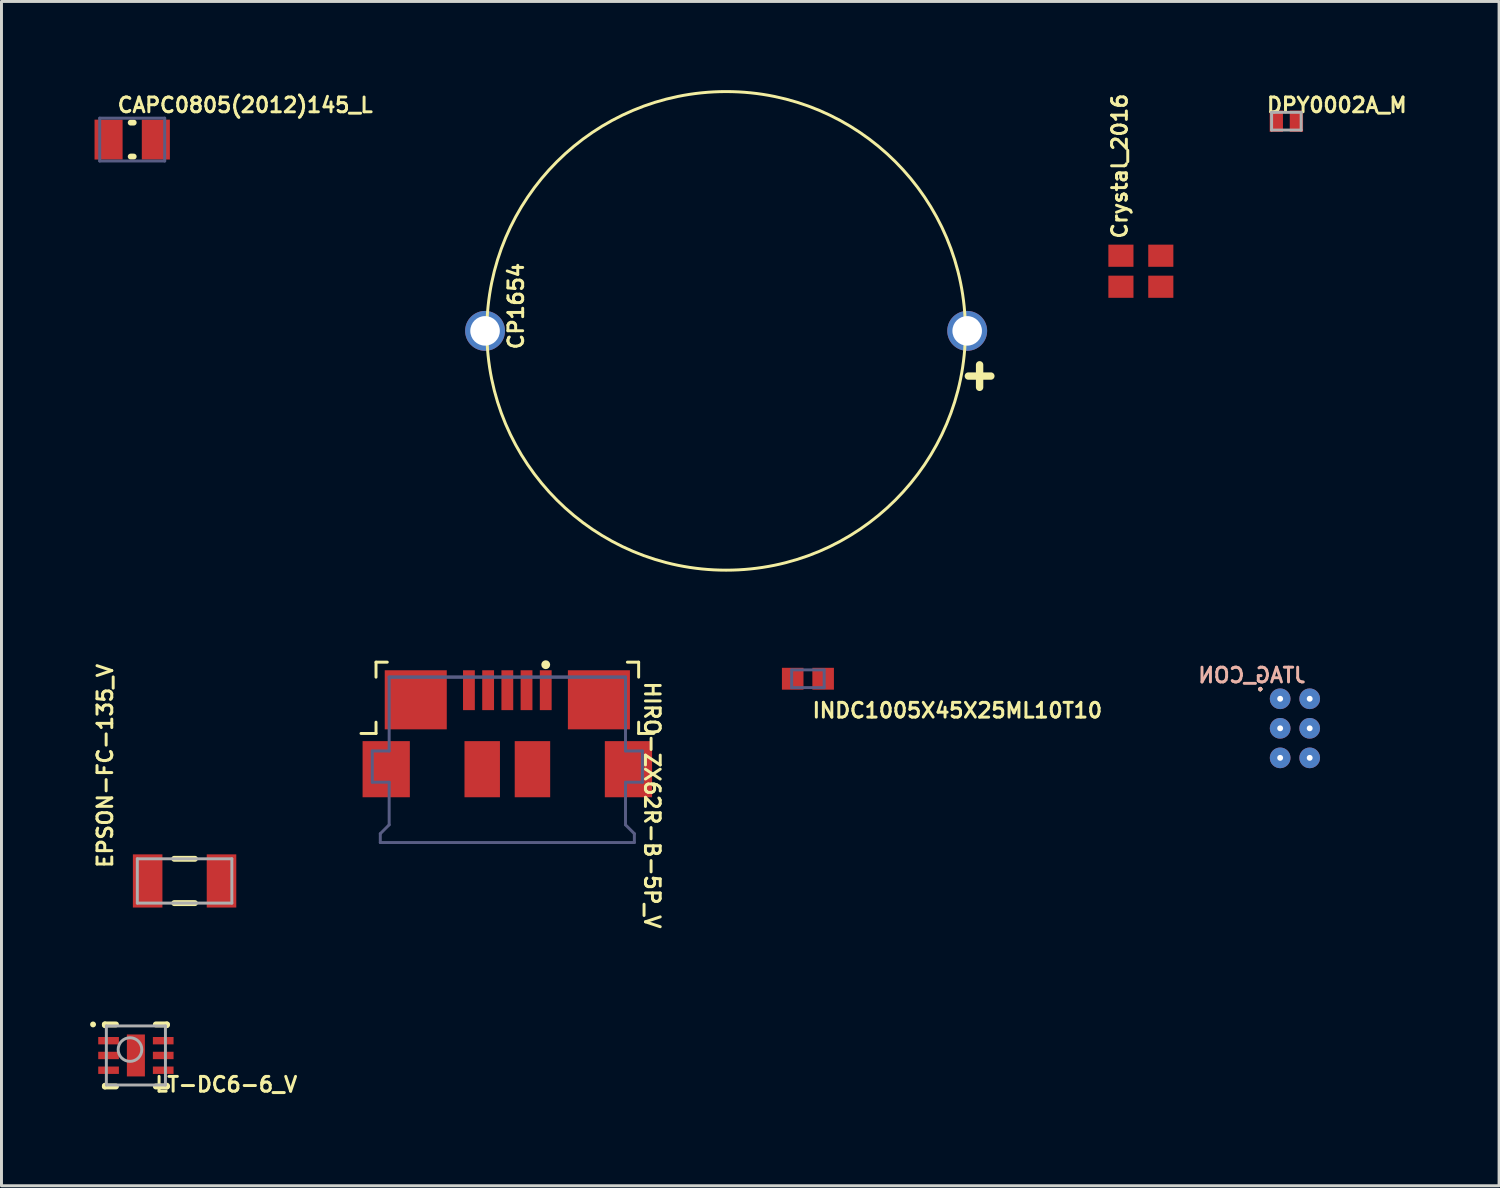
<source format=kicad_pcb>
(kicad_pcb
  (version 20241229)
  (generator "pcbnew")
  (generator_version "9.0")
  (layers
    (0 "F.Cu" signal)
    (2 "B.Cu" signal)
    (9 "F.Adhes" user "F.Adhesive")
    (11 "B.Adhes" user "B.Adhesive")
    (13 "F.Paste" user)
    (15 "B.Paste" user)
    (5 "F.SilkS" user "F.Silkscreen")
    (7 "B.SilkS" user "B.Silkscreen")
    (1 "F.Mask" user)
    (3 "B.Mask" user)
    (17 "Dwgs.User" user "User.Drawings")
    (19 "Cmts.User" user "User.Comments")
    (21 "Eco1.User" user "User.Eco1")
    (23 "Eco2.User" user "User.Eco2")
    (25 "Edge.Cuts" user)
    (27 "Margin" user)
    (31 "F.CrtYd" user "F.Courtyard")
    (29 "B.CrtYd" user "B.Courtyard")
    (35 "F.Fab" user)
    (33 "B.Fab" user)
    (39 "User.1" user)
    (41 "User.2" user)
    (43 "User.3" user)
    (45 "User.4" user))
  (footprint "LT-DC6-6_V"
    (layer "F.Cu")
    (at 1.55 32.677)
    (property "Reference" "LT-DC6-6_V" (at 0.6 1.275 0) (unlocked yes) (layer "F.SilkS") (effects (font (size 0.5 0.5) (thickness 0.1)) (justify left bottom)))
    (fp_line (start -1.05 -1.05) (end -1.05 -1.025) (stroke (width 0.2) (type solid)) (layer "F.SilkS"))
    (fp_line (start -1.05 -1.05) (end -0.675 -1.05) (stroke (width 0.2) (type solid)) (layer "F.SilkS"))
    (fp_line (start -1.05 1.025) (end -1.05 1.05) (stroke (width 0.2) (type solid)) (layer "F.SilkS"))
    (fp_line (start -1.05 1.05) (end -0.675 1.05) (stroke (width 0.2) (type solid)) (layer "F.SilkS"))
    (fp_line (start 0.675 -1.05) (end 1.05 -1.05) (stroke (width 0.2) (type solid)) (layer "F.SilkS"))
    (fp_line (start 0.675 1.05) (end 1.05 1.05) (stroke (width 0.2) (type solid)) (layer "F.SilkS"))
    (fp_line (start 1.05 -1.05) (end 1.05 -1.025) (stroke (width 0.2) (type solid)) (layer "F.SilkS"))
    (fp_line (start 1.05 1.025) (end 1.05 1.05) (stroke (width 0.2) (type solid)) (layer "F.SilkS"))
    (fp_circle (center -1.45 -1.05) (end -1.45 -1) (stroke (width 0.1) (type solid)) (fill no) (layer "F.SilkS"))
    (fp_line (start -1.375 -1.15) (end -1.375 1.15) (stroke (width 0.05) (type solid)) (layer "Eco1.User"))
    (fp_line (start -1.375 -1.15) (end 1.375 -1.15) (stroke (width 0.05) (type solid)) (layer "Eco1.User"))
    (fp_line (start -1.375 1.15) (end 1.375 1.15) (stroke (width 0.05) (type solid)) (layer "Eco1.User"))
    (fp_line (start -0.5 0) (end 0.5 0) (stroke (width 0.1) (type solid)) (layer "Eco1.User"))
    (fp_line (start 0 -0.5) (end 0 0.5) (stroke (width 0.1) (type solid)) (layer "Eco1.User"))
    (fp_line (start 1.375 -1.15) (end 1.375 1.15) (stroke (width 0.05) (type solid)) (layer "Eco1.User"))
    (fp_line (start -1 -1) (end -1 1) (stroke (width 0.1) (type solid)) (layer "F.Fab"))
    (fp_line (start -1 -1) (end 1 -1) (stroke (width 0.1) (type solid)) (layer "F.Fab"))
    (fp_line (start -1 1) (end 1 1) (stroke (width 0.1) (type solid)) (layer "F.Fab"))
    (fp_line (start 1 -1) (end 1 1) (stroke (width 0.1) (type solid)) (layer "F.Fab"))
    (fp_circle (center -0.2 -0.2) (end -0.2 0.2) (stroke (width 0.1) (type solid)) (fill no) (layer "F.Fab"))
    (pad "1" smd rect (at -0.925 -0.5 270) (size 0.25 0.7) (layers "F.Cu" "F.Mask" "F.Paste"))
    (pad "2" smd rect (at -0.925 0 270) (size 0.25 0.7) (layers "F.Cu" "F.Mask" "F.Paste"))
    (pad "3" smd rect (at -0.925 0.5 270) (size 0.25 0.7) (layers "F.Cu" "F.Mask" "F.Paste"))
    (pad "4" smd rect (at 0.925 0.5 270) (size 0.25 0.7) (layers "F.Cu" "F.Mask" "F.Paste"))
    (pad "5" smd rect (at 0.925 0 270) (size 0.25 0.7) (layers "F.Cu" "F.Mask" "F.Paste"))
    (pad "6" smd rect (at 0.925 -0.5 270) (size 0.25 0.7) (layers "F.Cu" "F.Mask" "F.Paste"))
    (pad "7" smd rect (at 0 0 270) (size 1.42 0.61) (layers "F.Cu" "F.Mask" "F.Paste")))
  (footprint "Crystal_2016"
    (layer "F.Cu")
    (at 35.568 6.131)
    (property "Reference" "Crystal_2016" (at -0.425 -1.05 90) (unlocked yes) (layer "F.SilkS") (effects (font (size 0.5 0.5) (thickness 0.1)) (justify left bottom)))
    (pad "1" smd rect (at -0.675 0.525) (size 0.85 0.75) (layers "F.Cu" "F.Mask" "F.Paste"))
    (pad "2" smd rect (at 0.675 0.525) (size 0.85 0.75) (layers "F.Cu" "F.Mask" "F.Paste"))
    (pad "3" smd rect (at 0.675 -0.525) (size 0.85 0.75) (layers "F.Cu" "F.Mask" "F.Paste"))
    (pad "4" smd rect (at -0.675 -0.525) (size 0.85 0.75) (layers "F.Cu" "F.Mask" "F.Paste")))
  (footprint "EPSON-FC-135_V"
    (layer "F.Cu")
    (at 3.198 26.77)
    (property "Reference" "EPSON-FC-135_V" (at -2.398 -0.389 90) (unlocked yes) (layer "F.SilkS") (effects (font (size 0.5 0.5) (thickness 0.1)) (justify left bottom)))
    (fp_line (start -0.35 -0.75) (end 0.35 -0.75) (stroke (width 0.2) (type solid)) (layer "F.SilkS"))
    (fp_line (start -0.35 0.75) (end 0.35 0.75) (stroke (width 0.2) (type solid)) (layer "F.SilkS"))
    (fp_line (start -1.85 -1) (end 1.85 -1) (stroke (width 0.05) (type solid)) (layer "Eco1.User"))
    (fp_line (start -1.85 1) (end -1.85 -1) (stroke (width 0.05) (type solid)) (layer "Eco1.User"))
    (fp_line (start -1.85 1) (end 1.85 1) (stroke (width 0.05) (type solid)) (layer "Eco1.User"))
    (fp_line (start -0.5 0) (end 0.5 0) (stroke (width 0.1) (type solid)) (layer "Eco1.User"))
    (fp_line (start 0 0.5) (end 0 -0.5) (stroke (width 0.1) (type solid)) (layer "Eco1.User"))
    (fp_line (start 1.85 1) (end 1.85 -1) (stroke (width 0.05) (type solid)) (layer "Eco1.User"))
    (fp_line (start -1.6 -0.75) (end 1.6 -0.75) (stroke (width 0.1) (type solid)) (layer "F.Fab"))
    (fp_line (start -1.6 0.75) (end -1.6 -0.75) (stroke (width 0.1) (type solid)) (layer "F.Fab"))
    (fp_line (start -1.6 0.75) (end 1.6 0.75) (stroke (width 0.1) (type solid)) (layer "F.Fab"))
    (fp_line (start 1.6 0.75) (end 1.6 -0.75) (stroke (width 0.1) (type solid)) (layer "F.Fab"))
    (pad "1" smd rect (at -1.25 0 180) (size 1 1.8) (layers "F.Cu" "F.Mask" "F.Paste"))
    (pad "2" smd rect (at 1.25 0 180) (size 1 1.8) (layers "F.Cu" "F.Mask" "F.Paste")))
  (footprint "CAPC0805(2012)145_L"
    (layer "F.Cu")
    (at 1.425 1.675)
    (property "Reference" "CAPC0805(2012)145_L" (at -0.55 -0.875 0) (unlocked yes) (layer "F.SilkS") (effects (font (size 0.5 0.5) (thickness 0.1)) (justify left bottom)))
    (fp_line (start 0.05 -0.575) (end -0.05 -0.575) (stroke (width 0.2) (type solid)) (layer "F.SilkS"))
    (fp_line (start 0.05 0.575) (end -0.05 0.575) (stroke (width 0.2) (type solid)) (layer "F.SilkS"))
    (fp_line (start -1.4 0.8) (end -1.4 -0.8) (stroke (width 0.05) (type solid)) (layer "Eco1.User"))
    (fp_line (start 0 0.5) (end 0 -0.5) (stroke (width 0.1) (type solid)) (layer "Eco1.User"))
    (fp_line (start 0.5 0) (end -0.5 0) (stroke (width 0.1) (type solid)) (layer "Eco1.User"))
    (fp_line (start 1.4 -0.8) (end -1.4 -0.8) (stroke (width 0.05) (type solid)) (layer "Eco1.User"))
    (fp_line (start 1.4 0.8) (end -1.4 0.8) (stroke (width 0.05) (type solid)) (layer "Eco1.User"))
    (fp_line (start 1.4 0.8) (end 1.4 -0.8) (stroke (width 0.05) (type solid)) (layer "Eco1.User"))
    (fp_line (start -1.1 0.725) (end -1.1 -0.725) (stroke (width 0.1) (type solid)) (layer "B.Fab"))
    (fp_line (start 1.1 -0.725) (end -1.1 -0.725) (stroke (width 0.1) (type solid)) (layer "B.Fab"))
    (fp_line (start 1.1 0.725) (end -1.1 0.725) (stroke (width 0.1) (type solid)) (layer "B.Fab"))
    (fp_line (start 1.1 0.725) (end 1.1 -0.725) (stroke (width 0.1) (type solid)) (layer "B.Fab"))
    (pad "1" smd rect (at -0.8 0 90) (size 1.35 0.95) (layers "F.Cu" "F.Mask" "F.Paste"))
    (pad "2" smd rect (at 0.8 0 90) (size 1.35 0.95) (layers "F.Cu" "F.Mask" "F.Paste")))
  (footprint "DPY0002A_M"
    (layer "F.Cu")
    (at 40.493 1.053)
    (property "Reference" "DPY0002A_M" (at -0.714 -0.253 0) (unlocked yes) (layer "F.SilkS") (effects (font (size 0.5 0.5) (thickness 0.1)) (justify left bottom)))
    (fp_line (start -0.8 -0.6) (end -0.8 0.6) (stroke (width 0.05) (type solid)) (layer "Eco1.User"))
    (fp_line (start -0.8 -0.6) (end 0.8 -0.6) (stroke (width 0.05) (type solid)) (layer "Eco1.User"))
    (fp_line (start -0.8 0.6) (end 0.8 0.6) (stroke (width 0.05) (type solid)) (layer "Eco1.User"))
    (fp_line (start -0.3 0) (end 0.3 0) (stroke (width 0.05) (type solid)) (layer "Eco1.User"))
    (fp_line (start 0 -0.3) (end 0 0.3) (stroke (width 0.05) (type solid)) (layer "Eco1.User"))
    (fp_line (start 0.8 -0.6) (end 0.8 0.6) (stroke (width 0.05) (type solid)) (layer "Eco1.User"))
    (fp_line (start -0.5 -0.3) (end -0.5 0.3) (stroke (width 0.1) (type solid)) (layer "F.Fab"))
    (fp_line (start -0.5 -0.3) (end 0.5 -0.3) (stroke (width 0.1) (type solid)) (layer "F.Fab"))
    (fp_line (start -0.5 0.3) (end 0.5 0.3) (stroke (width 0.1) (type solid)) (layer "F.Fab"))
    (fp_line (start 0.5 -0.3) (end 0.5 0.3) (stroke (width 0.1) (type solid)) (layer "F.Fab"))
    (pad "1" smd rect (at -0.34 0 270) (size 0.72 0.45) (layers "F.Cu" "F.Mask" "F.Paste"))
    (pad "2" smd rect (at 0.34 0 270) (size 0.72 0.45) (layers "F.Cu" "F.Mask" "F.Paste")))
  (footprint "INDC1005X45X25ML10T10"
    (layer "F.Cu")
    (at 24.298 19.925)
    (property "Reference" "INDC1005X45X25ML10T10" (at 0.1 1.365 0) (unlocked yes) (layer "F.SilkS") (effects (font (size 0.5 0.5) (thickness 0.1)) (justify left bottom)))
    (fp_line (start -1.1 -0.6) (end 1.1 -0.6) (stroke (width 0.05) (type solid)) (layer "Eco1.User"))
    (fp_line (start -1.1 0.6) (end -1.1 -0.6) (stroke (width 0.05) (type solid)) (layer "Eco1.User"))
    (fp_line (start -1.1 0.6) (end 1.1 0.6) (stroke (width 0.05) (type solid)) (layer "Eco1.User"))
    (fp_line (start -0.3 0) (end 0.3 0) (stroke (width 0.1) (type solid)) (layer "Eco1.User"))
    (fp_line (start 0 0.3) (end 0 -0.3) (stroke (width 0.1) (type solid)) (layer "Eco1.User"))
    (fp_line (start 1.1 0.6) (end 1.1 -0.6) (stroke (width 0.05) (type solid)) (layer "Eco1.User"))
    (fp_line (start -0.55 -0.3) (end 0.55 -0.3) (stroke (width 0.1) (type solid)) (layer "B.Fab"))
    (fp_line (start -0.55 0.3) (end -0.55 -0.3) (stroke (width 0.1) (type solid)) (layer "B.Fab"))
    (fp_line (start -0.55 0.3) (end 0.55 0.3) (stroke (width 0.1) (type solid)) (layer "B.Fab"))
    (fp_line (start 0.55 0.3) (end 0.55 -0.3) (stroke (width 0.1) (type solid)) (layer "B.Fab"))
    (pad "1" smd rect (at -0.515 0 90) (size 0.74 0.73) (layers "F.Cu" "F.Mask" "F.Paste"))
    (pad "2" smd rect (at 0.515 0 90) (size 0.74 0.73) (layers "F.Cu" "F.Mask" "F.Paste")))
  (footprint "CP1654"
    (layer "F.Cu")
    (at 21.529 8.15)
    (property "Reference" "CP1654" (at -6.82 0.68 90) (unlocked yes) (layer "F.SilkS") (effects (font (size 0.5 0.5) (thickness 0.1)) (justify left bottom)))
    (fp_circle (center 0 0) (end 0 -8.1) (stroke (width 0.1) (type solid)) (fill no) (layer "F.SilkS"))
    (fp_text user "+" (at 8.064 0.746 270) (unlocked yes) (layer "F.SilkS") (effects (font (size 1 1) (thickness 0.254)) (justify left bottom)))
    (pad "BAT+" thru_hole circle (at 8.16 0) (size 1.35 1.35) (drill 1) (layers "*.Cu" "*.Mask"))
    (pad "BAT-" thru_hole circle (at -8.16 0) (size 1.35 1.35) (drill 1) (layers "*.Cu" "*.Mask")))
  (footprint "JTAG_CON"
    (layer "F.Cu")
    (at 40.783 21.603)
    (property "Reference" "JTAG_CON" (at 0.42 -1.503 0) (unlocked yes) (layer "B.SilkS") (effects (font (size 0.5 0.5) (thickness 0.1)) (justify left bottom mirror)))
    (fp_text user "." (at -1.358 -1.237 0) (unlocked yes) (layer "F.SilkS") (effects (font (size 0.5 0.5) (thickness 0.1)) (justify left bottom)))
    (fp_text user "." (at -1.358 -1.237 0) (unlocked yes) (layer "B.SilkS") (effects (font (size 0.5 0.5) (thickness 0.1)) (justify left bottom)))
    (pad "1" thru_hole circle (at -0.5 -1) (size 0.7 0.7) (drill 0.2) (layers "*.Cu" "*.Mask") (remove_unused_layers yes) (keep_end_layers yes) (zone_layer_connections))
    (pad "2" thru_hole circle (at -0.5 0) (size 0.7 0.7) (drill 0.2) (layers "*.Cu" "*.Mask") (remove_unused_layers yes) (keep_end_layers yes) (zone_layer_connections))
    (pad "3" thru_hole circle (at -0.5 1) (size 0.7 0.7) (drill 0.2) (layers "*.Cu" "*.Mask") (remove_unused_layers yes) (keep_end_layers yes) (zone_layer_connections))
    (pad "4" thru_hole circle (at 0.5 -1) (size 0.7 0.7) (drill 0.2) (layers "*.Cu" "*.Mask") (remove_unused_layers yes) (keep_end_layers yes) (zone_layer_connections))
    (pad "5" thru_hole circle (at 0.5 0) (size 0.7 0.7) (drill 0.2) (layers "*.Cu" "*.Mask") (remove_unused_layers yes) (keep_end_layers yes) (zone_layer_connections))
    (pad "6" thru_hole circle (at 0.5 1) (size 0.7 0.7) (drill 0.2) (layers "*.Cu" "*.Mask") (remove_unused_layers yes) (keep_end_layers yes) (zone_layer_connections)))
  (footprint "HIRO-ZX62R-B-5P_V"
    (layer "F.Cu")
    (at 14.123 21.65)
    (property "Reference" "HIRO-ZX62R-B-5P_V" (at 4.609 -1.682 270) (unlocked yes) (layer "F.SilkS") (effects (font (size 0.5 0.5) (thickness 0.1)) (justify left bottom)))
    (fp_line (start -4.953 0.127) (end -4.445 0.127) (stroke (width 0.1) (type solid)) (layer "F.SilkS"))
    (fp_line (start -4.445 -2.286) (end -4.064 -2.286) (stroke (width 0.1) (type solid)) (layer "F.SilkS"))
    (fp_line (start -4.445 -1.778) (end -4.445 -2.286) (stroke (width 0.1) (type solid)) (layer "F.SilkS"))
    (fp_line (start -4.445 0.127) (end -4.445 -0.254) (stroke (width 0.1) (type solid)) (layer "F.SilkS"))
    (fp_line (start 4.064 -2.286) (end 4.445 -2.286) (stroke (width 0.1) (type solid)) (layer "F.SilkS"))
    (fp_line (start 4.445 -1.778) (end 4.445 -2.286) (stroke (width 0.1) (type solid)) (layer "F.SilkS"))
    (fp_line (start 4.445 0.127) (end 4.445 -0.254) (stroke (width 0.1) (type solid)) (layer "F.SilkS"))
    (fp_line (start 4.445 0.127) (end 4.953 0.127) (stroke (width 0.1) (type solid)) (layer "F.SilkS"))
    (fp_circle (center 1.3 -2.2) (end 1.3 -2.275) (stroke (width 0.15) (type solid)) (fill no) (layer "F.SilkS"))
    (fp_line (start -4.6 0) (end -4.2 0) (stroke (width 0.1) (type solid)) (layer "Eco1.User"))
    (fp_line (start -4.6 2.8) (end -4.6 0) (stroke (width 0.1) (type solid)) (layer "Eco1.User"))
    (fp_line (start -4.6 3.937) (end -4.6 2.8) (stroke (width 0.1) (type solid)) (layer "Eco1.User"))
    (fp_line (start -4.6 3.937) (end 4.6 3.937) (stroke (width 0.1) (type solid)) (layer "Eco1.User"))
    (fp_line (start -4.2 -2) (end 4.2 -2) (stroke (width 0.1) (type solid)) (layer "Eco1.User"))
    (fp_line (start -4.2 0) (end -4.2 -2) (stroke (width 0.1) (type solid)) (layer "Eco1.User"))
    (fp_line (start -0.254 0) (end 0.254 0) (stroke (width 0.1) (type solid)) (layer "Eco1.User"))
    (fp_line (start 0 0.254) (end 0 -0.254) (stroke (width 0.1) (type solid)) (layer "Eco1.User"))
    (fp_line (start 4.2 0) (end 4.2 -2) (stroke (width 0.1) (type solid)) (layer "Eco1.User"))
    (fp_line (start 4.2 0) (end 4.6 0) (stroke (width 0.1) (type solid)) (layer "Eco1.User"))
    (fp_line (start 4.6 2.8) (end 4.6 0) (stroke (width 0.1) (type solid)) (layer "Eco1.User"))
    (fp_line (start 4.6 3.937) (end 4.6 2.8) (stroke (width 0.1) (type solid)) (layer "Eco1.User"))
    (fp_line (start -4.572 0.72) (end -4 0.72) (stroke (width 0.1) (type solid)) (layer "B.Fab"))
    (fp_line (start -4.572 1.778) (end -4.572 0.72) (stroke (width 0.1) (type solid)) (layer "B.Fab"))
    (fp_line (start -4.572 1.778) (end -4 1.778) (stroke (width 0.1) (type solid)) (layer "B.Fab"))
    (fp_line (start -4.3 3.52) (end -4 3.22) (stroke (width 0.1) (type solid)) (layer "B.Fab"))
    (fp_line (start -4.3 3.82) (end -4.3 3.52) (stroke (width 0.1) (type solid)) (layer "B.Fab"))
    (fp_line (start -4.3 3.82) (end 4.3 3.82) (stroke (width 0.1) (type solid)) (layer "B.Fab"))
    (fp_line (start -4 -1.78) (end 4 -1.78) (stroke (width 0.1) (type solid)) (layer "B.Fab"))
    (fp_line (start -4 -1.78) (end 4 -1.78) (stroke (width 0.1) (type solid)) (layer "B.Fab"))
    (fp_line (start -4 0.72) (end -4 -1.78) (stroke (width 0.1) (type solid)) (layer "B.Fab"))
    (fp_line (start -4 3.22) (end -4 1.778) (stroke (width 0.1) (type solid)) (layer "B.Fab"))
    (fp_line (start 4 0.72) (end 4 -1.78) (stroke (width 0.1) (type solid)) (layer "B.Fab"))
    (fp_line (start 4 0.72) (end 4.572 0.72) (stroke (width 0.1) (type solid)) (layer "B.Fab"))
    (fp_line (start 4 1.778) (end 4.572 1.778) (stroke (width 0.1) (type solid)) (layer "B.Fab"))
    (fp_line (start 4 3.22) (end 4 1.778) (stroke (width 0.1) (type solid)) (layer "B.Fab"))
    (fp_line (start 4 3.22) (end 4.3 3.52) (stroke (width 0.1) (type solid)) (layer "B.Fab"))
    (fp_line (start 4.3 3.82) (end 4.3 3.52) (stroke (width 0.1) (type solid)) (layer "B.Fab"))
    (fp_line (start 4.572 1.778) (end 4.572 0.72) (stroke (width 0.1) (type solid)) (layer "B.Fab"))
    (fp_line (start -6 2.8) (end -2.87 2.8) (stroke (width 0.1) (type solid)) (layer "User.1"))
    (fp_line (start -2.87 2.8) (end -2.87 1.4) (stroke (width 0.1) (type solid)) (layer "User.1"))
    (fp_line (start -1.87 2.8) (end -1.87 1.4) (stroke (width 0.1) (type solid)) (layer "User.1"))
    (fp_line (start -1.87 2.8) (end 0 2.8) (stroke (width 0.1) (type solid)) (layer "User.1"))
    (fp_line (start 0 2.8) (end 1.87 2.8) (stroke (width 0.1) (type solid)) (layer "User.1"))
    (fp_line (start 1.87 2.8) (end 1.87 1.4) (stroke (width 0.1) (type solid)) (layer "User.1"))
    (fp_line (start 2.87 1.4) (end 2.87 2.8) (stroke (width 0.1) (type solid)) (layer "User.1"))
    (fp_line (start 2.87 2.8) (end 6 2.8) (stroke (width 0.1) (type solid)) (layer "User.1"))
    (fp_arc (start -2.87 1.4) (mid -2.723553 1.046447) (end -2.37 0.9) (stroke (width 0.1) (type solid)) (layer "User.1"))
    (fp_arc (start -2.37 0.9) (mid -2.016447 1.046447) (end -1.87 1.4) (stroke (width 0.1) (type solid)) (layer "User.1"))
    (fp_arc (start 1.87 1.4) (mid 2.016447 1.046447) (end 2.37 0.9) (stroke (width 0.1) (type solid)) (layer "User.1"))
    (fp_arc (start 2.37 0.9) (mid 2.723553 1.046447) (end 2.87 1.4) (stroke (width 0.1) (type solid)) (layer "User.1"))
    (pad "1" smd rect (at 1.3 -1.337 90) (size 1.35 0.4) (layers "F.Cu" "F.Mask" "F.Paste"))
    (pad "2" smd rect (at 0.65 -1.337 90) (size 1.35 0.4) (layers "F.Cu" "F.Mask" "F.Paste"))
    (pad "3" smd rect (at 0 -1.337 90) (size 1.35 0.4) (layers "F.Cu" "F.Mask" "F.Paste"))
    (pad "4" smd rect (at -0.65 -1.337 90) (size 1.35 0.4) (layers "F.Cu" "F.Mask" "F.Paste"))
    (pad "5" smd rect (at -1.3 -1.337 90) (size 1.35 0.4) (layers "F.Cu" "F.Mask" "F.Paste"))
    (pad "6" smd rect (at -3.1 -1.012 180) (size 2.1 2) (layers "F.Cu" "F.Mask" "F.Paste"))
    (pad "7" smd rect (at -4.1 1.337 180) (size 1.6 1.9) (layers "F.Cu" "F.Mask" "F.Paste"))
    (pad "8" smd rect (at -0.85 1.337 180) (size 1.2 1.9) (layers "F.Cu" "F.Mask" "F.Paste"))
    (pad "9" smd rect (at 0.85 1.337 180) (size 1.2 1.9) (layers "F.Cu" "F.Mask" "F.Paste"))
    (pad "10" smd rect (at 4.1 1.337 180) (size 1.6 1.9) (layers "F.Cu" "F.Mask" "F.Paste"))
    (pad "11" smd rect (at 3.1 -1.012 180) (size 2.1 2) (layers "F.Cu" "F.Mask" "F.Paste")))
  (gr_rect
    (start -3 -3)
    (end 47.693 37.088)
    (stroke (width 0.1) (type default))
    (fill no)
    (layer "Edge.Cuts")))
</source>
